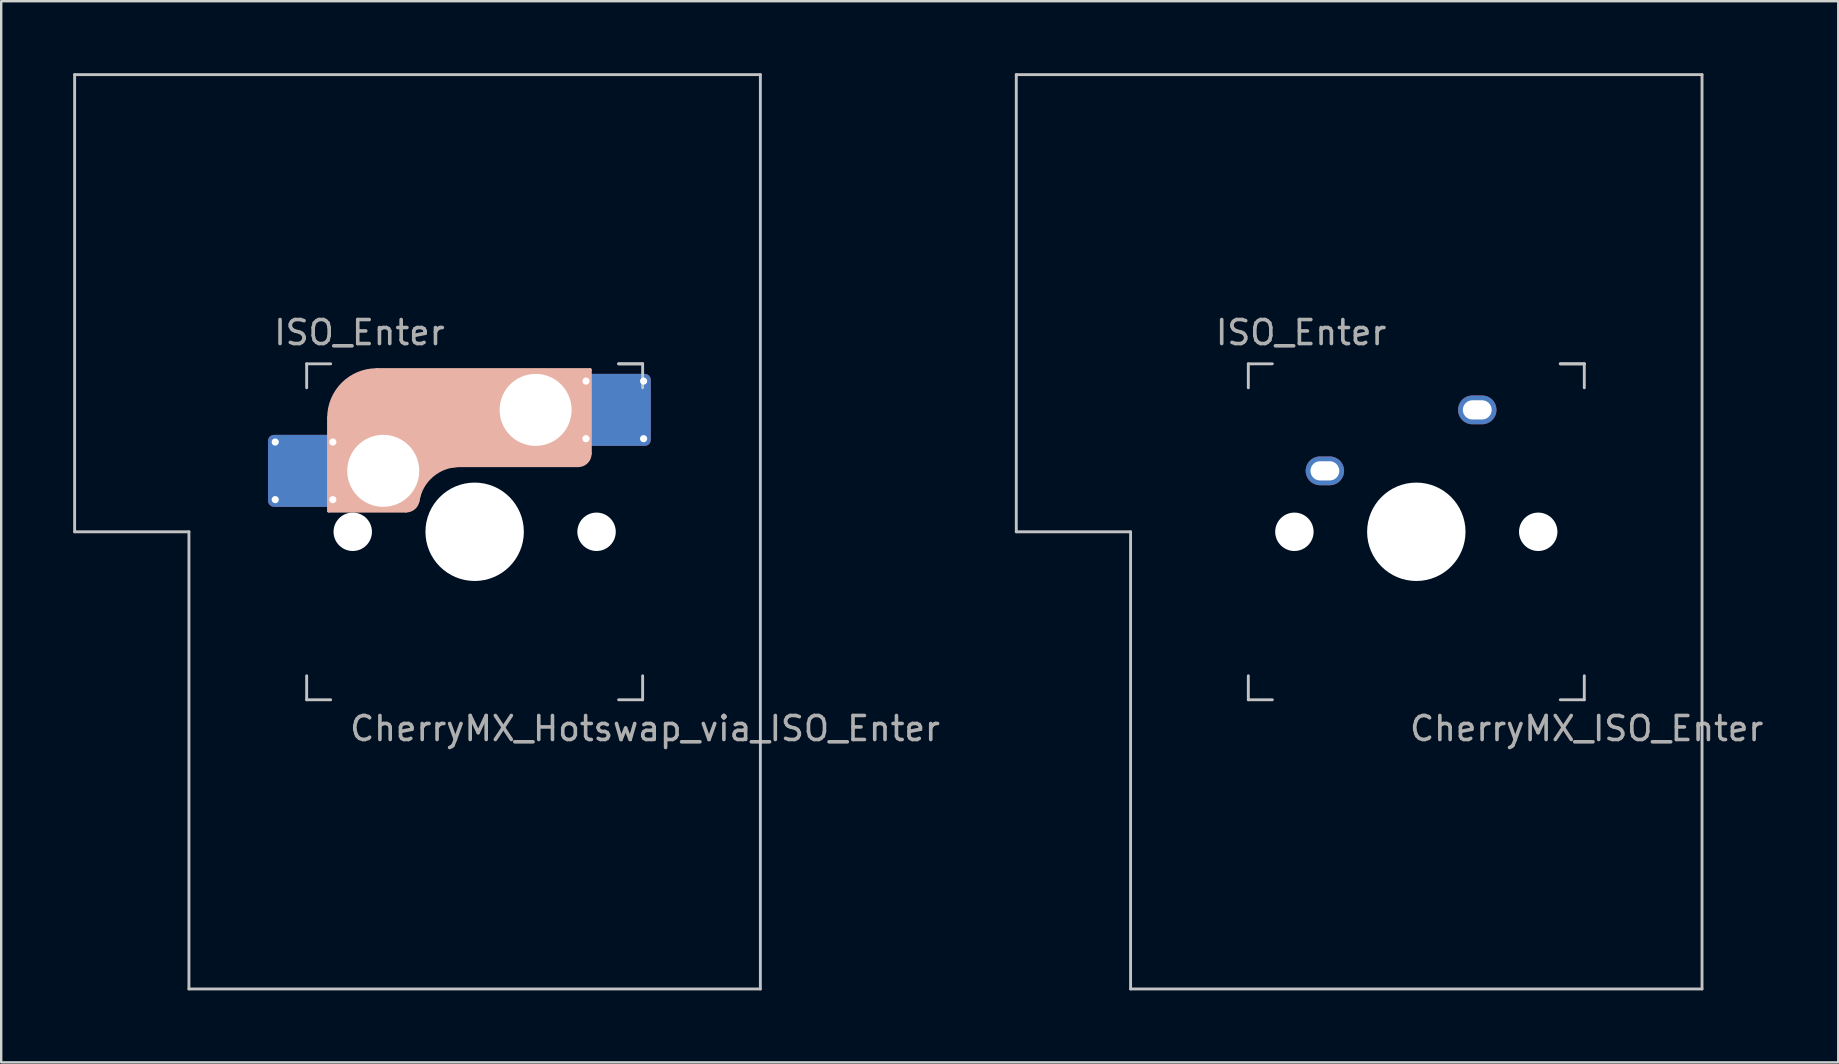
<source format=kicad_pcb>
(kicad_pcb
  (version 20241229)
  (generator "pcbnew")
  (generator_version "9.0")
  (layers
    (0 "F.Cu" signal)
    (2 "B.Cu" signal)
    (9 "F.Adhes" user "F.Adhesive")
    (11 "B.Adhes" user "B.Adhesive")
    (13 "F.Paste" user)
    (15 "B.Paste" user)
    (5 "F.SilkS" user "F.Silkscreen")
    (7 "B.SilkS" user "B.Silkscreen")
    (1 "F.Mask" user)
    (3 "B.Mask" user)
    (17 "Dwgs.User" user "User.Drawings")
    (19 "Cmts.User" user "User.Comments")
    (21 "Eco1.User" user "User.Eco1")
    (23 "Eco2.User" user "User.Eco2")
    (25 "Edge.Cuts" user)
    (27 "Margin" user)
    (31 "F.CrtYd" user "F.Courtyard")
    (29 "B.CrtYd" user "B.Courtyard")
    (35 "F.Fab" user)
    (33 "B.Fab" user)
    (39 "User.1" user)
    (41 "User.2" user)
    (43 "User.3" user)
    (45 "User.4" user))
  (footprint "CherryMX_Hotswap_via_ISO_Enter"
    (layer "F.Cu")
    (at 16.729 19.11)
    (property "Reference" "CherryMX_Hotswap_via_ISO_Enter" (at 7.1 8.2 0) (layer "F.Fab") (effects (font (size 1 1) (thickness 0.15))))
    (attr through_hole)
    (fp_line (start -8.11 -1.74) (end -8.11 -3.34) (stroke (width 0.12) (type solid)) (layer "B.Mask"))
    (fp_line (start -7.91 -3.54) (end -6.31 -3.54) (stroke (width 0.12) (type solid)) (layer "B.Mask"))
    (fp_line (start -6.31 -1.54) (end -7.91 -1.54) (stroke (width 0.12) (type solid)) (layer "B.Mask"))
    (fp_line (start -6.11 -3.34) (end -6.11 -1.74) (stroke (width 0.12) (type solid)) (layer "B.Mask"))
    (fp_line (start 4.84 -5.88) (end 4.84 -4.28) (stroke (width 0.12) (type solid)) (layer "B.Mask"))
    (fp_line (start 5.04 -6.08) (end 6.64 -6.08) (stroke (width 0.12) (type solid)) (layer "B.Mask"))
    (fp_line (start 5.04 -4.08) (end 6.64 -4.08) (stroke (width 0.12) (type solid)) (layer "B.Mask"))
    (fp_line (start 6.84 -4.28) (end 6.84 -5.88) (stroke (width 0.12) (type solid)) (layer "B.Mask"))
    (fp_arc (start -8.11 -3.34) (mid -8.051421 -3.481421) (end -7.91 -3.54) (stroke (width 0.12) (type solid)) (layer "B.Mask"))
    (fp_arc (start -7.91 -1.54) (mid -8.051421 -1.598579) (end -8.11 -1.74) (stroke (width 0.12) (type solid)) (layer "B.Mask"))
    (fp_arc (start -6.31 -3.54) (mid -6.168579 -3.481421) (end -6.11 -3.34) (stroke (width 0.12) (type solid)) (layer "B.Mask"))
    (fp_arc (start -6.11 -1.74) (mid -6.168579 -1.598579) (end -6.31 -1.54) (stroke (width 0.12) (type solid)) (layer "B.Mask"))
    (fp_arc (start 4.84 -5.88) (mid 4.898579 -6.021421) (end 5.04 -6.08) (stroke (width 0.12) (type solid)) (layer "B.Mask"))
    (fp_arc (start 5.04 -4.08) (mid 4.898579 -4.138579) (end 4.84 -4.28) (stroke (width 0.12) (type solid)) (layer "B.Mask"))
    (fp_arc (start 6.64 -6.08) (mid 6.781421 -6.021421) (end 6.84 -5.88) (stroke (width 0.12) (type solid)) (layer "B.Mask"))
    (fp_arc (start 6.84 -4.28) (mid 6.781421 -4.138579) (end 6.64 -4.08) (stroke (width 0.12) (type solid)) (layer "B.Mask"))
    (fp_poly (pts (xy -6.11 -3.34) (xy -6.11 -1.74) (xy -6.31 -1.54) (xy -7.91 -1.54) (xy -8.11 -1.74) (xy -8.11 -3.34) (xy -7.91 -3.54) (xy -6.31 -3.54)) (stroke (width 0.1) (type solid)) (fill yes) (layer "B.Mask"))
    (fp_poly (pts (xy 6.84 -5.88) (xy 6.84 -4.28) (xy 6.64 -4.08) (xy 5.04 -4.08) (xy 4.84 -4.28) (xy 4.84 -5.88) (xy 5.04 -6.08) (xy 6.64 -6.08)) (stroke (width 0.1) (type solid)) (fill yes) (layer "B.Mask"))
    (fp_line (start -6.085 -0.865) (end -6.085 -4.755) (stroke (width 0.12) (type solid)) (layer "B.SilkS"))
    (fp_line (start -4.085 -6.755) (end 4.815 -6.755) (stroke (width 0.12) (type solid)) (layer "B.SilkS"))
    (fp_line (start -2.852 -0.865) (end -6.085 -0.865) (stroke (width 0.12) (type solid)) (layer "B.SilkS"))
    (fp_line (start -0.635 -2.755) (end 4.315 -2.755) (stroke (width 0.12) (type solid)) (layer "B.SilkS"))
    (fp_line (start 4.815 -6.755) (end 4.815 -3.255) (stroke (width 0.12) (type solid)) (layer "B.SilkS"))
    (fp_arc (start -6.085 -4.755) (mid -5.499214 -6.169214) (end -4.085 -6.755) (stroke (width 0.12) (type solid)) (layer "B.SilkS"))
    (fp_arc (start -2.360959 -1.278326) (mid -1.770727 -2.335454) (end -0.635 -2.755) (stroke (width 0.12) (type solid)) (layer "B.SilkS"))
    (fp_arc (start -2.36 -1.278176) (mid -2.53101 -0.981978) (end -2.852404 -0.865) (stroke (width 0.12) (type solid)) (layer "B.SilkS"))
    (fp_arc (start 4.815 -3.255) (mid 4.668553 -2.901447) (end 4.315 -2.755) (stroke (width 0.12) (type solid)) (layer "B.SilkS"))
    (fp_poly (pts (xy 4.815 -3.255) (xy 4.633 -2.937) (xy 4.315 -2.755) (xy -0.635 -2.755) (xy -1.259 -2.696) (xy -1.805 -2.376) (xy -2.207 -1.885) (xy -2.361 -1.278) (xy -2.563 -1.02) (xy -2.852 -0.865) (xy -6.085 -0.865) (xy -6.085 -4.755) (xy -5.887 -5.501) (xy -5.464 -6.134) (xy -4.831 -6.557) (xy -4.085 -6.755) (xy 4.815 -6.755)) (stroke (width 0.1) (type solid)) (fill yes) (layer "B.SilkS"))
    (fp_line (start -8.11 -1.74) (end -8.11 -3.34) (stroke (width 0.12) (type solid)) (layer "B.Paste"))
    (fp_line (start -7.91 -3.54) (end -6.31 -3.54) (stroke (width 0.12) (type solid)) (layer "B.Paste"))
    (fp_line (start -6.31 -1.54) (end -7.91 -1.54) (stroke (width 0.12) (type solid)) (layer "B.Paste"))
    (fp_line (start -6.11 -3.34) (end -6.11 -1.74) (stroke (width 0.12) (type solid)) (layer "B.Paste"))
    (fp_line (start 4.84 -5.88) (end 4.84 -4.28) (stroke (width 0.12) (type solid)) (layer "B.Paste"))
    (fp_line (start 5.04 -6.08) (end 6.64 -6.08) (stroke (width 0.12) (type solid)) (layer "B.Paste"))
    (fp_line (start 5.04 -4.08) (end 6.64 -4.08) (stroke (width 0.12) (type solid)) (layer "B.Paste"))
    (fp_line (start 6.84 -4.28) (end 6.84 -5.88) (stroke (width 0.12) (type solid)) (layer "B.Paste"))
    (fp_arc (start -8.11 -3.34) (mid -8.051421 -3.481421) (end -7.91 -3.54) (stroke (width 0.12) (type solid)) (layer "B.Paste"))
    (fp_arc (start -7.91 -1.54) (mid -8.051421 -1.598579) (end -8.11 -1.74) (stroke (width 0.12) (type solid)) (layer "B.Paste"))
    (fp_arc (start -6.31 -3.54) (mid -6.168579 -3.481421) (end -6.11 -3.34) (stroke (width 0.12) (type solid)) (layer "B.Paste"))
    (fp_arc (start -6.11 -1.74) (mid -6.168579 -1.598579) (end -6.31 -1.54) (stroke (width 0.12) (type solid)) (layer "B.Paste"))
    (fp_arc (start 4.84 -5.88) (mid 4.898579 -6.021421) (end 5.04 -6.08) (stroke (width 0.12) (type solid)) (layer "B.Paste"))
    (fp_arc (start 5.04 -4.08) (mid 4.898579 -4.138579) (end 4.84 -4.28) (stroke (width 0.12) (type solid)) (layer "B.Paste"))
    (fp_arc (start 6.64 -6.08) (mid 6.781421 -6.021421) (end 6.84 -5.88) (stroke (width 0.12) (type solid)) (layer "B.Paste"))
    (fp_arc (start 6.84 -4.28) (mid 6.781421 -4.138579) (end 6.64 -4.08) (stroke (width 0.12) (type solid)) (layer "B.Paste"))
    (fp_poly (pts (xy -6.11 -3.34) (xy -6.11 -1.74) (xy -6.31 -1.54) (xy -7.91 -1.54) (xy -8.11 -1.74) (xy -8.11 -3.34) (xy -7.91 -3.54) (xy -6.31 -3.54)) (stroke (width 0.1) (type solid)) (fill yes) (layer "B.Paste"))
    (fp_poly (pts (xy 6.84 -5.88) (xy 6.84 -4.28) (xy 6.64 -4.08) (xy 5.04 -4.08) (xy 4.84 -4.28) (xy 4.84 -5.88) (xy 5.04 -6.08) (xy 6.64 -6.08)) (stroke (width 0.1) (type solid)) (fill yes) (layer "B.Paste"))
    (fp_line (start -16.669 -19.05) (end 11.906 -19.05) (stroke (width 0.12) (type solid)) (layer "Dwgs.User"))
    (fp_line (start -16.669 0) (end -16.669 -19.05) (stroke (width 0.12) (type solid)) (layer "Dwgs.User"))
    (fp_line (start -11.906 0) (end -16.669 0) (stroke (width 0.12) (type solid)) (layer "Dwgs.User"))
    (fp_line (start -11.906 19.05) (end -11.906 0) (stroke (width 0.12) (type solid)) (layer "Dwgs.User"))
    (fp_line (start -7 -7) (end -7 -6) (stroke (width 0.12) (type solid)) (layer "Dwgs.User"))
    (fp_line (start -7 -7) (end -6 -7) (stroke (width 0.12) (type solid)) (layer "Dwgs.User"))
    (fp_line (start -7 7) (end -7 6) (stroke (width 0.12) (type solid)) (layer "Dwgs.User"))
    (fp_line (start -7 7) (end -6 7) (stroke (width 0.12) (type solid)) (layer "Dwgs.User"))
    (fp_line (start 6 -7) (end 7 -7) (stroke (width 0.12) (type solid)) (layer "Dwgs.User"))
    (fp_line (start 7 -7) (end 6 -7) (stroke (width 0.12) (type solid)) (layer "Dwgs.User"))
    (fp_line (start 7 -7) (end 7 -6) (stroke (width 0.12) (type solid)) (layer "Dwgs.User"))
    (fp_line (start 7 7) (end 6 7) (stroke (width 0.12) (type solid)) (layer "Dwgs.User"))
    (fp_line (start 7 7) (end 7 6) (stroke (width 0.12) (type solid)) (layer "Dwgs.User"))
    (fp_line (start 11.906 -19.05) (end 11.906 19.05) (stroke (width 0.12) (type solid)) (layer "Dwgs.User"))
    (fp_line (start 11.906 19.05) (end -11.906 19.05) (stroke (width 0.12) (type solid)) (layer "Dwgs.User"))
    (fp_text user "ISO_Enter" (at -4.8 -8.3 0) (layer "F.Fab") (effects (font (size 1 1) (thickness 0.15))))
    (pad "" np_thru_hole circle (at -5.08 0) (size 1.6 1.6) (drill 1.6) (layers "*.Cu" "*.Mask"))
    (pad "" np_thru_hole circle (at -3.81 -2.54) (size 3 3) (drill 3) (layers "*.Cu" "*.Mask"))
    (pad "" np_thru_hole circle (at 0 0) (size 4.1 4.1) (drill 4.1) (layers "*.Cu" "*.Mask"))
    (pad "" np_thru_hole circle (at 2.54 -5.08) (size 3 3) (drill 3) (layers "*.Cu" "*.Mask"))
    (pad "" np_thru_hole circle (at 5.08 0) (size 1.6 1.6) (drill 1.6) (layers "*.Cu" "*.Mask"))
    (pad "1" thru_hole circle (at -8.31 -3.74) (size 0.5 0.5) (drill 0.3) (layers "*.Cu"))
    (pad "1" thru_hole circle (at -8.31 -1.34) (size 0.5 0.5) (drill 0.3) (layers "*.Cu"))
    (pad "1" smd roundrect (at -7.11 -2.54) (size 3 3) (layers "F.Cu") (roundrect_rratio 0.083))
    (pad "1" smd roundrect (at -7.11 -2.54 180) (size 3 3) (layers "B.Cu") (roundrect_rratio 0.083))
    (pad "1" thru_hole circle (at -5.91 -3.74) (size 0.5 0.5) (drill 0.3) (layers "*.Cu"))
    (pad "1" thru_hole circle (at -5.91 -1.34) (size 0.5 0.5) (drill 0.3) (layers "*.Cu"))
    (pad "2" thru_hole circle (at 4.64 -6.28 180) (size 0.5 0.5) (drill 0.3) (layers "*.Cu"))
    (pad "2" thru_hole circle (at 4.64 -3.88 180) (size 0.5 0.5) (drill 0.3) (layers "*.Cu"))
    (pad "2" smd roundrect (at 5.84 -5.08 180) (size 3 3) (layers "F.Cu") (roundrect_rratio 0.083))
    (pad "2" smd roundrect (at 5.84 -5.08 180) (size 3 3) (layers "B.Cu") (roundrect_rratio 0.083))
    (pad "2" thru_hole circle (at 7.04 -6.28 180) (size 0.5 0.5) (drill 0.3) (layers "*.Cu"))
    (pad "2" thru_hole circle (at 7.04 -3.88 180) (size 0.5 0.5) (drill 0.3) (layers "*.Cu")))
  (footprint "CherryMX_ISO_Enter"
    (layer "F.Cu")
    (at 55.968 19.11)
    (property "Reference" "CherryMX_ISO_Enter" (at 7.1 8.2 0) (layer "F.Fab") (effects (font (size 1 1) (thickness 0.15))))
    (attr through_hole)
    (fp_line (start -16.669 -19.05) (end 11.906 -19.05) (stroke (width 0.12) (type solid)) (layer "Dwgs.User"))
    (fp_line (start -16.669 0) (end -16.669 -19.05) (stroke (width 0.12) (type solid)) (layer "Dwgs.User"))
    (fp_line (start -11.906 0) (end -16.669 0) (stroke (width 0.12) (type solid)) (layer "Dwgs.User"))
    (fp_line (start -11.906 19.05) (end -11.906 0) (stroke (width 0.12) (type solid)) (layer "Dwgs.User"))
    (fp_line (start -7 -7) (end -7 -6) (stroke (width 0.12) (type solid)) (layer "Dwgs.User"))
    (fp_line (start -7 -7) (end -6 -7) (stroke (width 0.12) (type solid)) (layer "Dwgs.User"))
    (fp_line (start -7 7) (end -7 6) (stroke (width 0.12) (type solid)) (layer "Dwgs.User"))
    (fp_line (start -7 7) (end -6 7) (stroke (width 0.12) (type solid)) (layer "Dwgs.User"))
    (fp_line (start 6 -7) (end 7 -7) (stroke (width 0.12) (type solid)) (layer "Dwgs.User"))
    (fp_line (start 7 -7) (end 6 -7) (stroke (width 0.12) (type solid)) (layer "Dwgs.User"))
    (fp_line (start 7 -7) (end 7 -6) (stroke (width 0.12) (type solid)) (layer "Dwgs.User"))
    (fp_line (start 7 7) (end 6 7) (stroke (width 0.12) (type solid)) (layer "Dwgs.User"))
    (fp_line (start 7 7) (end 7 6) (stroke (width 0.12) (type solid)) (layer "Dwgs.User"))
    (fp_line (start 11.906 -19.05) (end 11.906 19.05) (stroke (width 0.12) (type solid)) (layer "Dwgs.User"))
    (fp_line (start 11.906 19.05) (end -11.906 19.05) (stroke (width 0.12) (type solid)) (layer "Dwgs.User"))
    (fp_text user "ISO_Enter" (at -4.8 -8.3 0) (layer "F.Fab") (effects (font (size 1 1) (thickness 0.15))))
    (pad "" np_thru_hole circle (at -5.08 0) (size 1.6 1.6) (drill 1.6) (layers "*.Cu" "*.Mask"))
    (pad "" np_thru_hole circle (at 0 0) (size 4.1 4.1) (drill 4.1) (layers "*.Cu" "*.Mask"))
    (pad "" np_thru_hole circle (at 5.08 0) (size 1.6 1.6) (drill 1.6) (layers "*.Cu" "*.Mask"))
    (pad "1" thru_hole oval (at -3.81 -2.54) (size 1.6 1.2) (drill oval 1.2 0.8) (layers "*.Cu" "*.Mask"))
    (pad "2" thru_hole oval (at 2.54 -5.08) (size 1.6 1.2) (drill oval 1.2 0.8) (layers "*.Cu" "*.Mask")))
  (gr_rect
    (start -3 -3)
    (end 73.55 41.22)
    (stroke (width 0.1) (type default))
    (fill no)
    (layer "Edge.Cuts")))
</source>
